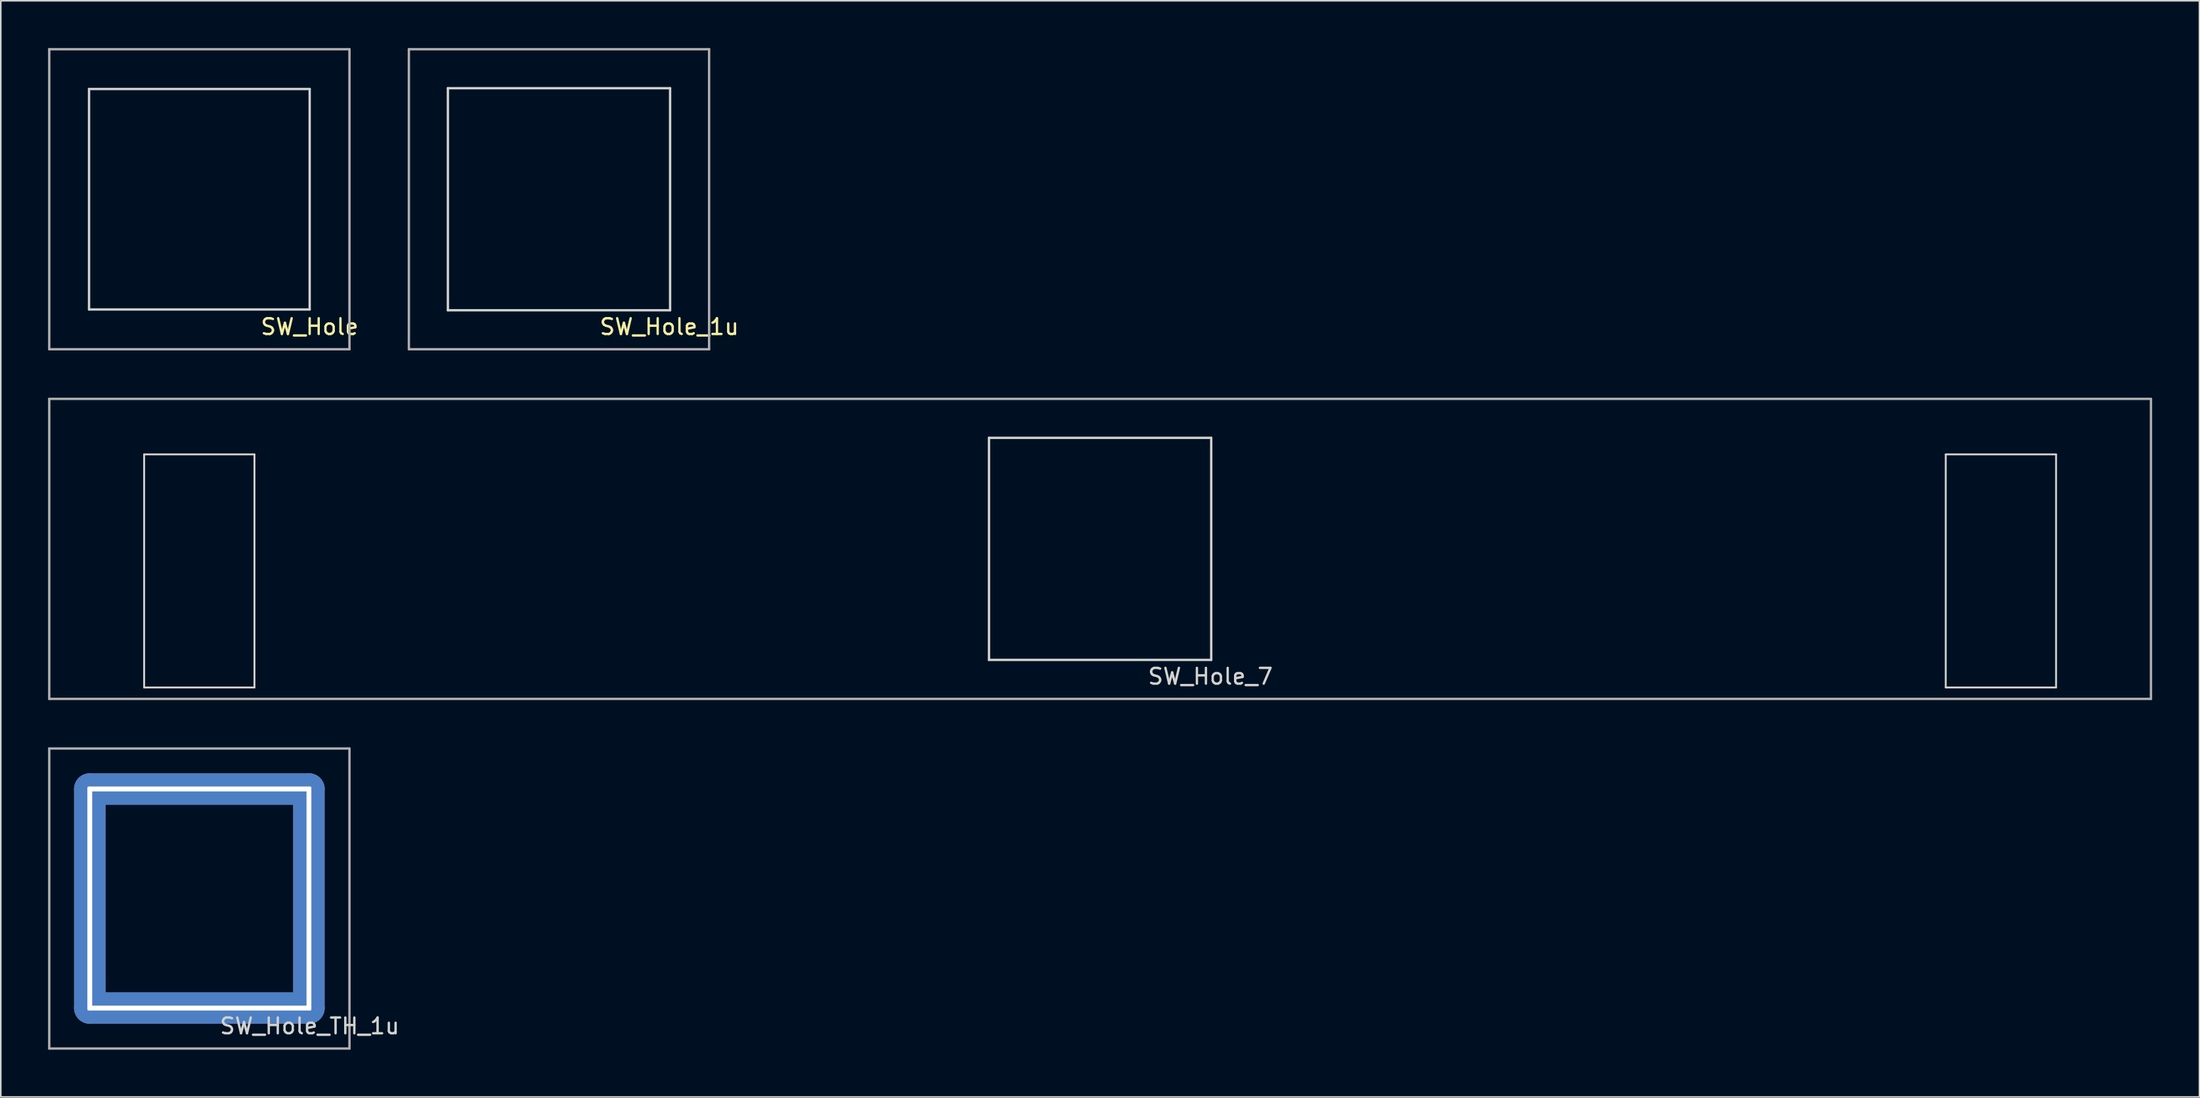
<source format=kicad_pcb>
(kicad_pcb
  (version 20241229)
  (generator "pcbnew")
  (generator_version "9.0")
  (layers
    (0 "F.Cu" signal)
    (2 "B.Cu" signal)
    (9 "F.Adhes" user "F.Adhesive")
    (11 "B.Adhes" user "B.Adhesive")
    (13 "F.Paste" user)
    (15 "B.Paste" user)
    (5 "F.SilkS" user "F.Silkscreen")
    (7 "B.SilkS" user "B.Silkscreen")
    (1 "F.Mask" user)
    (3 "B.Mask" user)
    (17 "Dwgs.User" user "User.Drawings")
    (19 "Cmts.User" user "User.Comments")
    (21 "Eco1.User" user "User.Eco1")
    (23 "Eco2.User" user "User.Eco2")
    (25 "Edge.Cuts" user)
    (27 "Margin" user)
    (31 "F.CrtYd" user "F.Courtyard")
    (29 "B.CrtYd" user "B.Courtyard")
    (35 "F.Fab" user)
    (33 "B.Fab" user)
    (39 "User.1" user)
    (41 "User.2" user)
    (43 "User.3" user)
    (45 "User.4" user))
  (footprint "SW_Hole_7"
    (layer "F.Cu")
    (at 66.756 31.8)
    (property "Reference" "SW_Hole_7" (at 7 8.1 0) (layer "Edge.Cuts") (effects (font (size 1 1) (thickness 0.15))))
    (attr through_hole)
    (fp_line (start -60.66 -6) (end -53.66 -6) (stroke (width 0.12) (type solid)) (layer "Edge.Cuts"))
    (fp_line (start -60.66 8.8) (end -60.66 -6) (stroke (width 0.12) (type solid)) (layer "Edge.Cuts"))
    (fp_line (start -53.66 -6) (end -53.66 8.8) (stroke (width 0.12) (type solid)) (layer "Edge.Cuts"))
    (fp_line (start -53.66 8.8) (end -60.66 8.8) (stroke (width 0.12) (type solid)) (layer "Edge.Cuts"))
    (fp_line (start -7.05 -7.05) (end 7.05 -7.05) (stroke (width 0.15) (type solid)) (layer "Edge.Cuts"))
    (fp_line (start -7.05 7.05) (end -7.05 -7.05) (stroke (width 0.15) (type solid)) (layer "Edge.Cuts"))
    (fp_line (start 7.05 -7.05) (end 7.05 7.05) (stroke (width 0.15) (type solid)) (layer "Edge.Cuts"))
    (fp_line (start 7.05 7.05) (end -7.05 7.05) (stroke (width 0.15) (type solid)) (layer "Edge.Cuts"))
    (fp_line (start 53.66 -6) (end 53.66 8.8) (stroke (width 0.12) (type solid)) (layer "Edge.Cuts"))
    (fp_line (start 53.66 8.8) (end 60.66 8.8) (stroke (width 0.12) (type solid)) (layer "Edge.Cuts"))
    (fp_line (start 60.66 -6) (end 53.66 -6) (stroke (width 0.12) (type solid)) (layer "Edge.Cuts"))
    (fp_line (start 60.66 8.8) (end 60.66 -6) (stroke (width 0.12) (type solid)) (layer "Edge.Cuts"))
    (fp_line (start -66.681 -9.525) (end -66.681 9.525) (stroke (width 0.15) (type solid)) (layer "F.Fab"))
    (fp_line (start -66.681 9.525) (end 66.681 9.525) (stroke (width 0.15) (type solid)) (layer "F.Fab"))
    (fp_line (start 66.681 -9.525) (end -66.681 -9.525) (stroke (width 0.15) (type solid)) (layer "F.Fab"))
    (fp_line (start 66.681 9.525) (end 66.681 -9.525) (stroke (width 0.15) (type solid)) (layer "F.Fab")))
  (footprint "SW_Hole_TH_1u"
    (layer "F.Cu")
    (at 9.6 54)
    (property "Reference" "SW_Hole_TH_1u" (at 7 8.1 0) (layer "Edge.Cuts") (effects (font (size 1 1) (thickness 0.15))))
    (attr through_hole)
    (fp_line (start -7.05 -7.05) (end 7.05 -7.05) (stroke (width 0.12) (type solid)) (layer "Edge.Cuts"))
    (fp_line (start -7.05 7.05) (end -7.05 -7.05) (stroke (width 0.12) (type solid)) (layer "Edge.Cuts"))
    (fp_line (start 7.05 -7.05) (end 7.05 7.05) (stroke (width 0.12) (type solid)) (layer "Edge.Cuts"))
    (fp_line (start 7.05 7.05) (end -7.05 7.05) (stroke (width 0.12) (type solid)) (layer "Edge.Cuts"))
    (fp_line (start -9.525 -9.525) (end -9.525 9.525) (stroke (width 0.15) (type solid)) (layer "F.Fab"))
    (fp_line (start -9.525 9.525) (end 9.525 9.525) (stroke (width 0.15) (type solid)) (layer "F.Fab"))
    (fp_line (start 9.525 -9.525) (end -9.525 -9.525) (stroke (width 0.15) (type solid)) (layer "F.Fab"))
    (fp_line (start 9.525 9.525) (end 9.525 -9.525) (stroke (width 0.15) (type solid)) (layer "F.Fab"))
    (pad "1" thru_hole oval (at -6.95 0) (size 2 15.9) (drill oval 0.3 14.2) (layers "*.Cu" "*.Mask"))
    (pad "1" thru_hole oval (at 0 -6.95 90) (size 2 15.9) (drill oval 0.3 14.2) (layers "*.Cu" "*.Mask"))
    (pad "1" thru_hole oval (at 0 6.95 90) (size 2 15.9) (drill oval 0.3 14.2) (layers "*.Cu" "*.Mask"))
    (pad "1" thru_hole oval (at 6.95 0) (size 2 15.9) (drill oval 0.3 14.2) (layers "*.Cu" "*.Mask")))
  (footprint "SW_Hole_1u"
    (layer "F.Cu")
    (at 32.42 9.6)
    (property "Reference" "SW_Hole_1u" (at 7 8.1 0) (layer "F.SilkS") (effects (font (size 1 1) (thickness 0.15))))
    (attr through_hole)
    (fp_line (start -7.05 -7.05) (end 7.05 -7.05) (stroke (width 0.15) (type solid)) (layer "Edge.Cuts"))
    (fp_line (start -7.05 7.05) (end -7.05 -7.05) (stroke (width 0.15) (type solid)) (layer "Edge.Cuts"))
    (fp_line (start 7.05 -7.05) (end 7.05 7.05) (stroke (width 0.15) (type solid)) (layer "Edge.Cuts"))
    (fp_line (start 7.05 7.05) (end -7.05 7.05) (stroke (width 0.15) (type solid)) (layer "Edge.Cuts"))
    (fp_line (start -9.525 -9.525) (end -9.525 9.525) (stroke (width 0.15) (type solid)) (layer "F.Fab"))
    (fp_line (start -9.525 9.525) (end 9.525 9.525) (stroke (width 0.15) (type solid)) (layer "F.Fab"))
    (fp_line (start 9.525 -9.525) (end -9.525 -9.525) (stroke (width 0.15) (type solid)) (layer "F.Fab"))
    (fp_line (start 9.525 9.525) (end 9.525 -9.525) (stroke (width 0.15) (type solid)) (layer "F.Fab")))
  (footprint "SW_Hole"
    (layer "F.Cu")
    (at 9.6 9.6)
    (property "Reference" "SW_Hole" (at 7 8.1 0) (layer "F.SilkS") (effects (font (size 1 1) (thickness 0.15))))
    (attr through_hole)
    (fp_line (start -7 -7) (end 7 -7) (stroke (width 0.15) (type solid)) (layer "Edge.Cuts"))
    (fp_line (start -7 7) (end -7 -7) (stroke (width 0.15) (type solid)) (layer "Edge.Cuts"))
    (fp_line (start 7 -7) (end 7 7) (stroke (width 0.15) (type solid)) (layer "Edge.Cuts"))
    (fp_line (start 7 7) (end -7 7) (stroke (width 0.15) (type solid)) (layer "Edge.Cuts"))
    (fp_line (start -9.525 -9.525) (end -9.525 9.525) (stroke (width 0.15) (type solid)) (layer "F.Fab"))
    (fp_line (start -9.525 9.525) (end 9.525 9.525) (stroke (width 0.15) (type solid)) (layer "F.Fab"))
    (fp_line (start 9.525 -9.525) (end -9.525 -9.525) (stroke (width 0.15) (type solid)) (layer "F.Fab"))
    (fp_line (start 9.525 9.525) (end 9.525 -9.525) (stroke (width 0.15) (type solid)) (layer "F.Fab")))
  (gr_rect
    (start -3 -3)
    (end 136.512 66.6)
    (stroke (width 0.1) (type default))
    (fill no)
    (layer "Edge.Cuts")))
</source>
